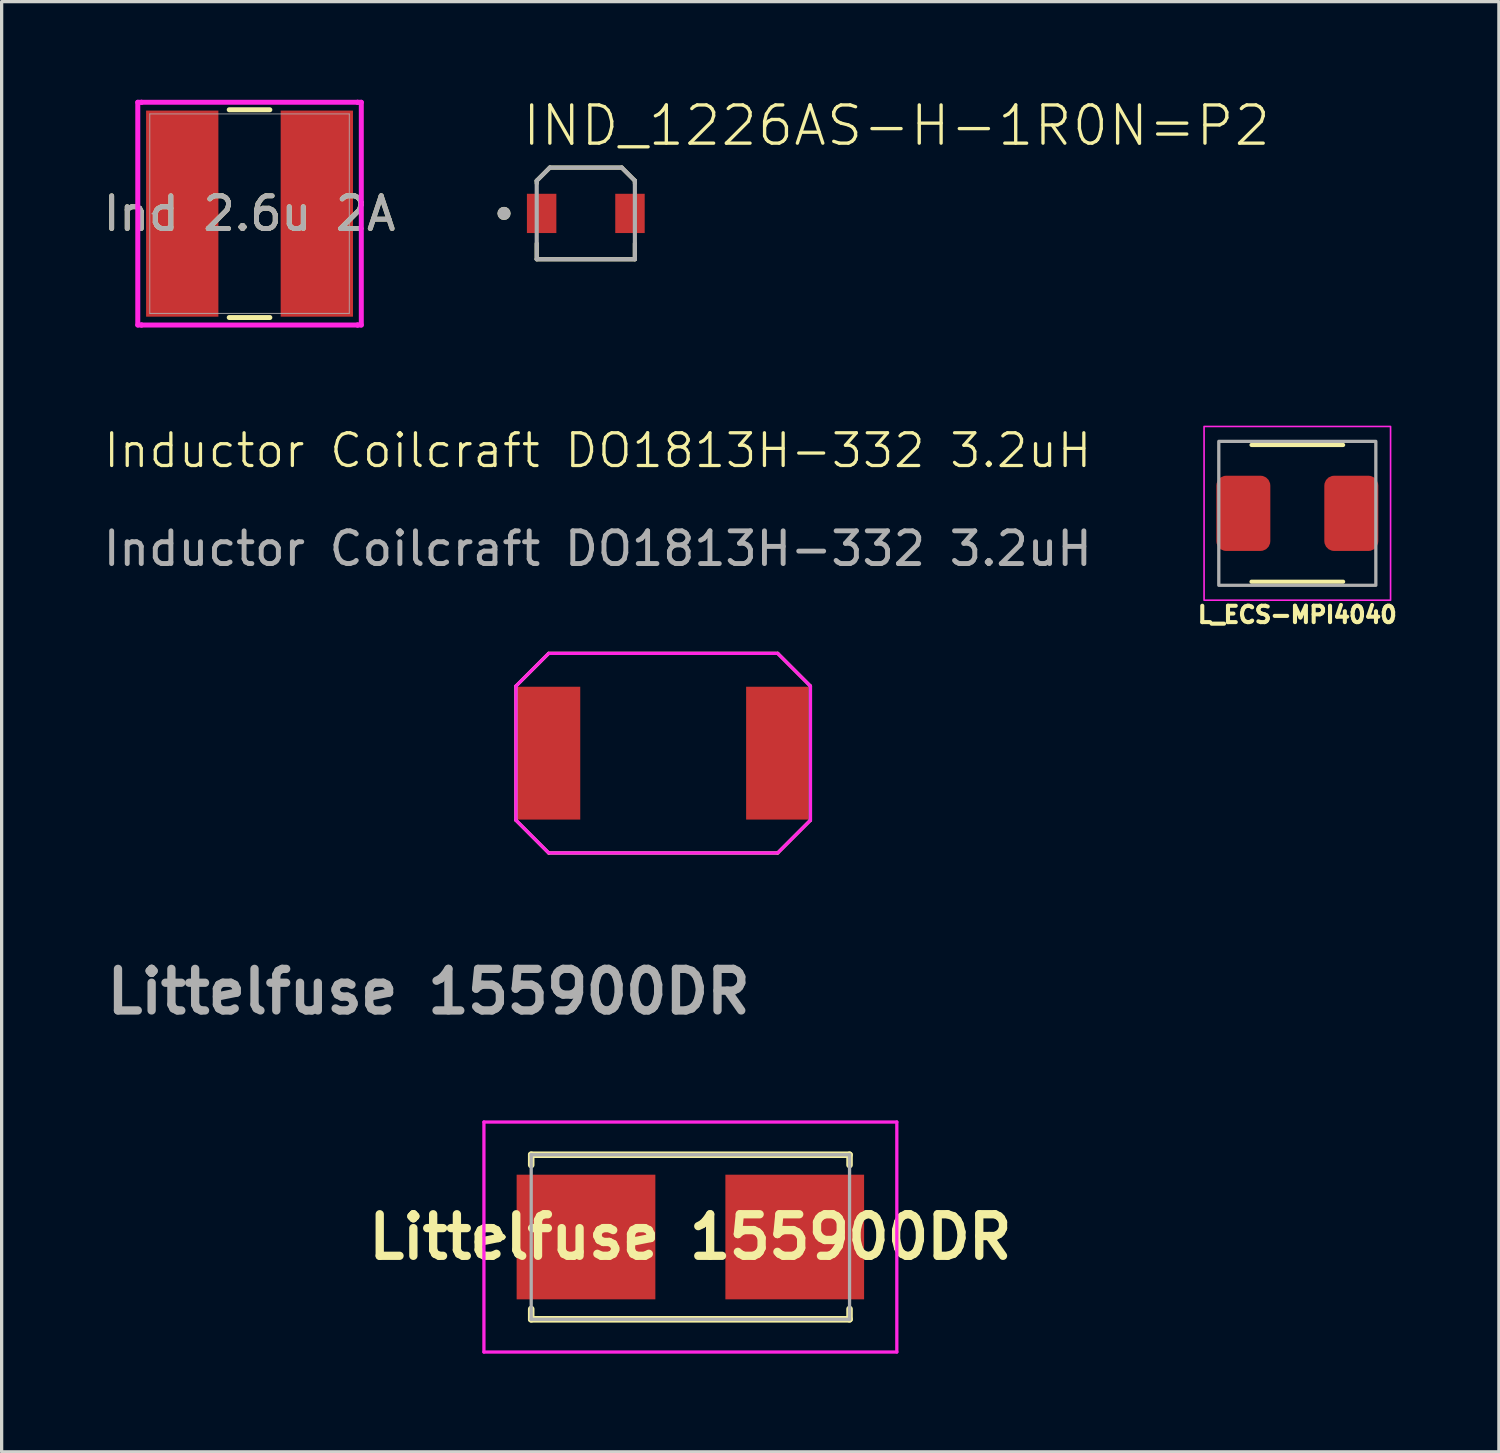
<source format=kicad_pcb>
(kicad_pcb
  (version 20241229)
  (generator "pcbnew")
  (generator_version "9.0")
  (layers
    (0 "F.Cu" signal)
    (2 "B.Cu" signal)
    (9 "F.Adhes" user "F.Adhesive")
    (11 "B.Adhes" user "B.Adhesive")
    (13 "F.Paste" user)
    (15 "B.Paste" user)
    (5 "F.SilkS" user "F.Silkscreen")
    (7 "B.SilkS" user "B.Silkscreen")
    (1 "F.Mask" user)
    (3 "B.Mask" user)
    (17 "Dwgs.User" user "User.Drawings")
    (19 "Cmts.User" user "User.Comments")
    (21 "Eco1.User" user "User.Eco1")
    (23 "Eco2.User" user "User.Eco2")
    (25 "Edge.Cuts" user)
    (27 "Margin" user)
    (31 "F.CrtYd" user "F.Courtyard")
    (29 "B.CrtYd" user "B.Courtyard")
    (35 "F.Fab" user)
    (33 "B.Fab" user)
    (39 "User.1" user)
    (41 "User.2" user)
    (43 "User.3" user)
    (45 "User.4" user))
  (footprint "L_ECS-MPI4040"
    (layer "F.Cu")
    (at 36.602 12.64)
    (property "Reference" "L_ECS-MPI4040" (at 0 3.1 0) (layer "F.SilkS") (effects (font (size 0.5 0.5) (thickness 0.125))))
    (attr smd)
    (fp_line (start -1.4 -2.09) (end 1.4 -2.09) (stroke (width 0.127) (type solid)) (layer "F.SilkS"))
    (fp_line (start -1.4 2.09) (end 1.4 2.09) (stroke (width 0.127) (type solid)) (layer "F.SilkS"))
    (fp_rect (start -2.85 -2.655) (end 2.85 2.655) (stroke (width 0.05) (type solid)) (fill no) (layer "F.CrtYd"))
    (fp_rect (start -2.4 -2.2) (end 2.4 2.2) (stroke (width 0.1) (type solid)) (fill no) (layer "F.Fab"))
    (pad "1" smd roundrect (at -1.65 0) (size 1.65 2.3) (layers "F.Cu" "F.Mask" "F.Paste") (roundrect_rratio 0.182))
    (pad "2" smd roundrect (at 1.65 0) (size 1.65 2.3) (layers "F.Cu" "F.Mask" "F.Paste") (roundrect_rratio 0.182)))
  (footprint "IND_1226AS-H-1R0N=P2"
    (layer "F.Cu")
    (at 14.855 3.473)
    (property "Reference" "IND_1226AS-H-1R0N=P2" (at -2 -2 0) (layer "F.SilkS") (effects (font (size 1.168 1.168) (thickness 0.102)) (justify left bottom)))
    (fp_line (start -1.5 -1) (end -1.1 -1.4) (stroke (width 0.127) (type solid)) (layer "F.SilkS"))
    (fp_line (start -1.5 -0.92) (end -1.5 -1) (stroke (width 0.127) (type solid)) (layer "F.SilkS"))
    (fp_line (start -1.5 1.4) (end -1.5 0.92) (stroke (width 0.127) (type solid)) (layer "F.SilkS"))
    (fp_line (start -1.1 -1.4) (end 1.1 -1.4) (stroke (width 0.127) (type solid)) (layer "F.SilkS"))
    (fp_line (start 1.1 -1.4) (end 1.5 -1) (stroke (width 0.127) (type solid)) (layer "F.SilkS"))
    (fp_line (start 1.5 -1) (end 1.5 -0.92) (stroke (width 0.127) (type solid)) (layer "F.SilkS"))
    (fp_line (start 1.5 0.92) (end 1.5 1.4) (stroke (width 0.127) (type solid)) (layer "F.SilkS"))
    (fp_line (start 1.5 1.4) (end -1.5 1.4) (stroke (width 0.127) (type solid)) (layer "F.SilkS"))
    (fp_circle (center -2.5 0) (end -2.4 0) (stroke (width 0.2) (type solid)) (fill no) (layer "F.SilkS"))
    (fp_line (start -1.5 -1) (end -1.1 -1.4) (stroke (width 0.127) (type solid)) (layer "F.Fab"))
    (fp_line (start -1.5 1.4) (end -1.5 -1) (stroke (width 0.127) (type solid)) (layer "F.Fab"))
    (fp_line (start -1.1 -1.4) (end 1.1 -1.4) (stroke (width 0.127) (type solid)) (layer "F.Fab"))
    (fp_line (start 1.1 -1.4) (end 1.5 -1) (stroke (width 0.127) (type solid)) (layer "F.Fab"))
    (fp_line (start 1.5 -1) (end 1.5 1.4) (stroke (width 0.127) (type solid)) (layer "F.Fab"))
    (fp_line (start 1.5 1.4) (end -1.5 1.4) (stroke (width 0.127) (type solid)) (layer "F.Fab"))
    (fp_circle (center -2.5 0) (end -2.4 0) (stroke (width 0.2) (type solid)) (fill no) (layer "F.Fab"))
    (pad "1" smd rect (at -1.35 0) (size 0.9 1.2) (layers "F.Cu" "F.Mask" "F.Paste"))
    (pad "2" smd rect (at 1.35 0) (size 0.9 1.2) (layers "F.Cu" "F.Mask" "F.Paste")))
  (footprint "Inductor Coilcraft DO1813H-332 3.2uH"
    (layer "F.Cu")
    (at 17.22 19.97)
    (property "Reference" "Inductor Coilcraft DO1813H-332 3.2uH" (at -2 -9.25 0) (unlocked yes) (layer "F.SilkS") (effects (font (size 1 1) (thickness 0.1))))
    (attr smd)
    (fp_line (start -4.5 -2.05) (end -3.5 -3.05) (stroke (width 0.1) (type default)) (layer "F.SilkS"))
    (fp_line (start -4.5 2.05) (end -4.5 -2.05) (stroke (width 0.1) (type default)) (layer "F.SilkS"))
    (fp_line (start -3.5 3.05) (end -4.5 2.05) (stroke (width 0.1) (type default)) (layer "F.SilkS"))
    (fp_line (start 3.5 -3.05) (end -3.5 -3.05) (stroke (width 0.1) (type default)) (layer "F.SilkS"))
    (fp_line (start 3.5 3.05) (end -3.5 3.05) (stroke (width 0.1) (type default)) (layer "F.SilkS"))
    (fp_line (start 3.5 3.05) (end 4.5 2.05) (stroke (width 0.1) (type default)) (layer "F.SilkS"))
    (fp_line (start 4.5 -2.05) (end 3.5 -3.05) (stroke (width 0.1) (type default)) (layer "F.SilkS"))
    (fp_line (start 4.5 2.05) (end 4.5 -2.05) (stroke (width 0.1) (type default)) (layer "F.SilkS"))
    (fp_line (start -4.5 -2.05) (end -4.5 2.05) (stroke (width 0.1) (type default)) (layer "F.CrtYd"))
    (fp_line (start -4.5 -2.05) (end -3.5 -3.05) (stroke (width 0.1) (type default)) (layer "F.CrtYd"))
    (fp_line (start -4.5 2.05) (end -3.5 3.05) (stroke (width 0.1) (type default)) (layer "F.CrtYd"))
    (fp_line (start -3.45 -3.05) (end 3.45 -3.05) (stroke (width 0.1) (type default)) (layer "F.CrtYd"))
    (fp_line (start -3.45 3.05) (end 3.45 3.05) (stroke (width 0.1) (type default)) (layer "F.CrtYd"))
    (fp_line (start 4.5 -2.05) (end 3.5 -3.05) (stroke (width 0.1) (type default)) (layer "F.CrtYd"))
    (fp_line (start 4.5 -2.05) (end 4.5 2.05) (stroke (width 0.1) (type default)) (layer "F.CrtYd"))
    (fp_line (start 4.5 2.05) (end 3.5 3.05) (stroke (width 0.1) (type default)) (layer "F.CrtYd"))
    (fp_text user "${REFERENCE}" (at -2 -6.25 0) (unlocked yes) (layer "F.Fab") (effects (font (size 1 1) (thickness 0.15))))
    (pad "1" smd rect (at -3.49 0) (size 1.91 4.06) (layers "F.Cu" "F.Mask" "F.Paste"))
    (pad "2" smd rect (at 3.49 0) (size 1.91 4.06) (layers "F.Cu" "F.Mask" "F.Paste")))
  (footprint "Littelfuse 155900DR"
    (layer "F.Cu")
    (at 18.051 34.759)
    (property "Reference" "Littelfuse 155900DR" (at 0 0 0) (layer "F.SilkS") (effects (font (size 1.27 1.27) (thickness 0.254))))
    (attr smd)
    (fp_line (start -5.8 0) (end -5.8 0) (stroke (width 0.1) (type solid)) (layer "F.SilkS"))
    (fp_line (start -5.7 0) (end -5.7 0) (stroke (width 0.1) (type solid)) (layer "F.SilkS"))
    (fp_line (start -4.865 -2.515) (end 4.865 -2.515) (stroke (width 0.2) (type solid)) (layer "F.SilkS"))
    (fp_line (start -4.865 -2.2) (end -4.865 -2.515) (stroke (width 0.2) (type solid)) (layer "F.SilkS"))
    (fp_line (start -4.865 2.515) (end -4.865 2.2) (stroke (width 0.2) (type solid)) (layer "F.SilkS"))
    (fp_line (start 4.865 -2.515) (end 4.865 -2.2) (stroke (width 0.2) (type solid)) (layer "F.SilkS"))
    (fp_line (start 4.865 2.2) (end 4.865 2.515) (stroke (width 0.2) (type solid)) (layer "F.SilkS"))
    (fp_line (start 4.865 2.515) (end -4.865 2.515) (stroke (width 0.2) (type solid)) (layer "F.SilkS"))
    (fp_arc (start -5.8 0) (mid -5.75 -0.05) (end -5.7 0) (stroke (width 0.1) (type solid)) (layer "F.SilkS"))
    (fp_arc (start -5.7 0) (mid -5.75 0.05) (end -5.8 0) (stroke (width 0.1) (type solid)) (layer "F.SilkS"))
    (fp_line (start -6.31 -3.515) (end 6.31 -3.515) (stroke (width 0.1) (type solid)) (layer "F.CrtYd"))
    (fp_line (start -6.31 3.515) (end -6.31 -3.515) (stroke (width 0.1) (type solid)) (layer "F.CrtYd"))
    (fp_line (start 6.31 -3.515) (end 6.31 3.515) (stroke (width 0.1) (type solid)) (layer "F.CrtYd"))
    (fp_line (start 6.31 3.515) (end -6.31 3.515) (stroke (width 0.1) (type solid)) (layer "F.CrtYd"))
    (fp_line (start -4.865 -2.515) (end 4.865 -2.515) (stroke (width 0.1) (type solid)) (layer "F.Fab"))
    (fp_line (start -4.865 2.515) (end -4.865 -2.515) (stroke (width 0.1) (type solid)) (layer "F.Fab"))
    (fp_line (start 4.865 -2.515) (end 4.865 2.515) (stroke (width 0.1) (type solid)) (layer "F.Fab"))
    (fp_line (start 4.865 2.515) (end -4.865 2.515) (stroke (width 0.1) (type solid)) (layer "F.Fab"))
    (fp_text user "${REFERENCE}" (at -8 -7.5 0) (layer "F.Fab") (effects (font (size 1.27 1.27) (thickness 0.254))))
    (pad "1" smd rect (at -3.19 0 90) (size 3.81 4.24) (layers "F.Cu" "F.Mask" "F.Paste"))
    (pad "2" smd rect (at 3.19 0 90) (size 3.81 4.24) (layers "F.Cu" "F.Mask" "F.Paste")))
  (footprint "Ind 2.6u 2A"
    (layer "F.Cu")
    (at 4.577 3.48)
    (property "Reference" "Ind 2.6u 2A" (at 0 0 0) (unlocked yes) (layer "F.SilkS") (effects (font (size 1 1) (thickness 0.15))))
    (attr smd)
    (fp_line (start -0.621 3.175) (end 0.621 3.175) (stroke (width 0.152) (type solid)) (layer "F.SilkS"))
    (fp_line (start 0.621 -3.175) (end -0.621 -3.175) (stroke (width 0.152) (type solid)) (layer "F.SilkS"))
    (fp_line (start -3.416 -3.404) (end -3.302 -3.404) (stroke (width 0.152) (type solid)) (layer "F.CrtYd"))
    (fp_line (start -3.416 3.404) (end -3.416 -3.404) (stroke (width 0.152) (type solid)) (layer "F.CrtYd"))
    (fp_line (start -3.302 -3.404) (end -3.302 -3.404) (stroke (width 0.152) (type solid)) (layer "F.CrtYd"))
    (fp_line (start -3.302 -3.404) (end 3.302 -3.404) (stroke (width 0.152) (type solid)) (layer "F.CrtYd"))
    (fp_line (start -3.302 3.404) (end -3.416 3.404) (stroke (width 0.152) (type solid)) (layer "F.CrtYd"))
    (fp_line (start -3.302 3.404) (end -3.302 3.404) (stroke (width 0.152) (type solid)) (layer "F.CrtYd"))
    (fp_line (start 3.302 -3.404) (end 3.302 -3.404) (stroke (width 0.152) (type solid)) (layer "F.CrtYd"))
    (fp_line (start 3.302 -3.404) (end 3.416 -3.404) (stroke (width 0.152) (type solid)) (layer "F.CrtYd"))
    (fp_line (start 3.302 3.404) (end -3.302 3.404) (stroke (width 0.152) (type solid)) (layer "F.CrtYd"))
    (fp_line (start 3.302 3.404) (end 3.302 3.404) (stroke (width 0.152) (type solid)) (layer "F.CrtYd"))
    (fp_line (start 3.416 -3.404) (end 3.416 3.404) (stroke (width 0.152) (type solid)) (layer "F.CrtYd"))
    (fp_line (start 3.416 3.404) (end 3.302 3.404) (stroke (width 0.152) (type solid)) (layer "F.CrtYd"))
    (fp_line (start -3.048 -3.048) (end -3.048 3.048) (stroke (width 0.025) (type solid)) (layer "F.Fab"))
    (fp_line (start -3.048 3.048) (end 3.048 3.048) (stroke (width 0.025) (type solid)) (layer "F.Fab"))
    (fp_line (start 3.048 -3.048) (end -3.048 -3.048) (stroke (width 0.025) (type solid)) (layer "F.Fab"))
    (fp_line (start 3.048 3.048) (end 3.048 -3.048) (stroke (width 0.025) (type solid)) (layer "F.Fab"))
    (fp_circle (center -2.972 0) (end -2.972 0) (stroke (width 0.025) (type solid)) (fill no) (layer "F.Fab"))
    (fp_text user "${REFERENCE}" (at 0 0 0) (unlocked yes) (layer "F.Fab") (effects (font (size 1 1) (thickness 0.15))))
    (pad "1" smd rect (at -2.057 0) (size 2.21 6.299) (layers "F.Cu" "F.Mask" "F.Paste"))
    (pad "2" smd rect (at 2.057 0) (size 2.21 6.299) (layers "F.Cu" "F.Mask" "F.Paste"))
    (zone (net_name "") (layer "F.Cu") (hatch full 0.508) (connect_pads) (min_thickness 0.254) (filled_areas_thickness no) (keepout (tracks not_allowed) (vias not_allowed) (pads allowed) (copperpour not_allowed) (footprints allowed)) (placement (enabled no)) (fill) (polygon (pts (xy 3.676 0.381) (xy 5.479 0.381) (xy 5.479 6.579) (xy 3.676 6.579)))))
  (gr_rect
    (start -3 -3)
    (end 42.763 41.324)
    (stroke (width 0.1) (type default))
    (fill no)
    (layer "Edge.Cuts")))
</source>
